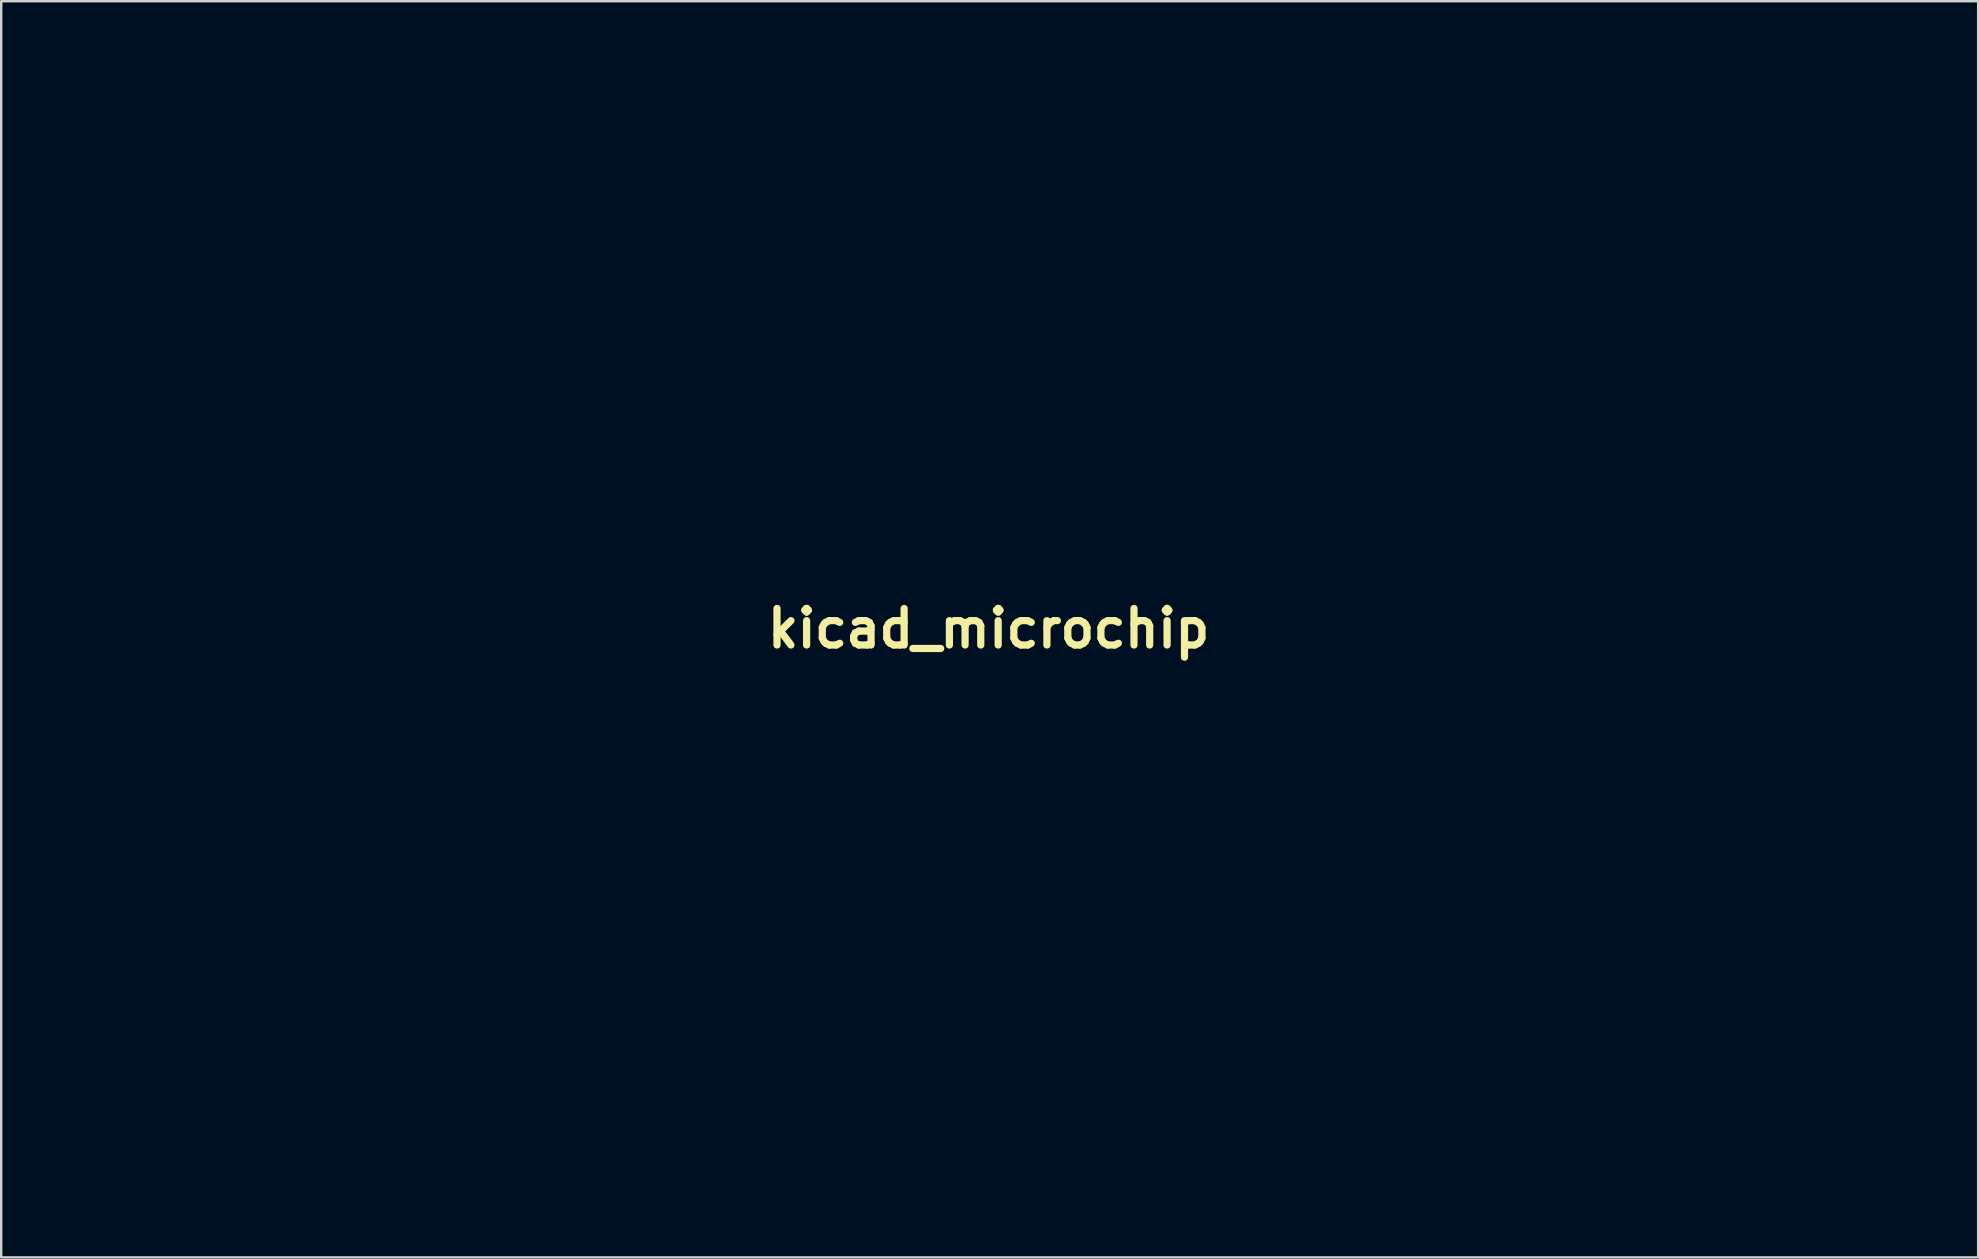
<source format=kicad_pcb>
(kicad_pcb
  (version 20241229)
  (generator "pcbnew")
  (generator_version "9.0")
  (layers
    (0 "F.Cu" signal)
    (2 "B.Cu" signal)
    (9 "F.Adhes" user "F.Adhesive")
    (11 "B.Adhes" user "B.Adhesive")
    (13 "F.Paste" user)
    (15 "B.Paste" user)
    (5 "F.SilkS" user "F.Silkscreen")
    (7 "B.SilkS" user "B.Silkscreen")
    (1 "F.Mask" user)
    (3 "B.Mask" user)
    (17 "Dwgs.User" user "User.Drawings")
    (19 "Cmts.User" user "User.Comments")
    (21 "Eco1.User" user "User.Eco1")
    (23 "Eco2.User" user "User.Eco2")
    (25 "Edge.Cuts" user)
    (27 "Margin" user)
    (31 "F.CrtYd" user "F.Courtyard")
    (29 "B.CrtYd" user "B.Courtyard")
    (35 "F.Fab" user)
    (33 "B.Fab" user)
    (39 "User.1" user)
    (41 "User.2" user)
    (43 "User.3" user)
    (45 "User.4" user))
  (footprint "kicad_microchip"
    (layer "F.Cu")
    (at 38.149 23.141)
    (property "Reference" "kicad_microchip" (at 0 0 0) (layer "F.SilkS") (effects (font (size 1.524 1.524) (thickness 0.3))))
    (attr through_hole)
    (fp_poly (pts (xy -21.657 22.994) (xy -23.528 22.994) (xy -23.528 16.844) (xy -21.657 16.844) (xy -21.657 22.994)) (stroke (width 0.01) (type solid)) (fill no) (layer "Eco2.User"))
    (fp_poly (pts (xy 28.608 22.994) (xy 26.469 22.994) (xy 26.469 16.844) (xy 28.608 16.844) (xy 28.608 22.994)) (stroke (width 0.01) (type solid)) (fill no) (layer "Eco2.User"))
    (fp_poly (pts (xy 19.251 18.983) (xy 23.261 18.983) (xy 23.261 16.844) (xy 25.4 16.844) (xy 25.4 22.994) (xy 23.261 22.994) (xy 23.261 20.855) (xy 19.251 20.855) (xy 19.251 22.994) (xy 17.112 22.994) (xy 17.112 16.844) (xy 19.251 16.844) (xy 19.251 18.983)) (stroke (width 0.01) (type solid)) (fill no) (layer "Eco2.User"))
    (fp_poly (pts (xy 12.599 16.903) (xy 15.908 16.978) (xy 16.078 18.448) (xy 13.285 18.448) (xy 11.863 18.47) (xy 10.894 18.565) (xy 10.3 18.774) (xy 10.001 19.141) (xy 9.917 19.707) (xy 9.942 20.234) (xy 10.026 21.256) (xy 13.034 21.331) (xy 14.336 21.369) (xy 15.195 21.417) (xy 15.703 21.496) (xy 15.952 21.627) (xy 16.035 21.832) (xy 16.042 22.013) (xy 15.908 22.639) (xy 15.721 22.94) (xy 15.246 23.117) (xy 14.304 23.205) (xy 12.956 23.203) (xy 11.263 23.109) (xy 10.217 23.02) (xy 9.123 22.851) (xy 8.442 22.604) (xy 8.283 22.459) (xy 8.164 22.015) (xy 8.074 21.194) (xy 8.028 20.152) (xy 8.025 19.858) (xy 8.043 18.748) (xy 8.152 17.948) (xy 8.426 17.409) (xy 8.938 17.082) (xy 9.765 16.922) (xy 10.979 16.878) (xy 12.599 16.903)) (stroke (width 0.01) (type solid)) (fill no) (layer "Eco2.User"))
    (fp_poly (pts (xy 35.031 16.851) (xy 36.07 16.881) (xy 36.768 16.945) (xy 37.223 17.057) (xy 37.531 17.229) (xy 37.699 17.379) (xy 38.086 18.087) (xy 38.234 19.051) (xy 38.134 20.047) (xy 37.817 20.795) (xy 37.59 21.063) (xy 37.285 21.235) (xy 36.791 21.334) (xy 35.998 21.378) (xy 34.795 21.389) (xy 34.609 21.389) (xy 31.817 21.389) (xy 31.817 22.192) (xy 31.765 22.73) (xy 31.5 22.952) (xy 30.881 22.994) (xy 29.945 22.994) (xy 29.945 18.448) (xy 31.817 18.448) (xy 31.817 20.053) (xy 33.938 20.053) (xy 35.012 20.038) (xy 35.669 19.977) (xy 36.025 19.842) (xy 36.197 19.606) (xy 36.228 19.52) (xy 36.308 19.027) (xy 36.123 18.708) (xy 35.598 18.53) (xy 34.656 18.457) (xy 33.94 18.448) (xy 31.817 18.448) (xy 29.945 18.448) (xy 29.945 16.844) (xy 33.555 16.844) (xy 35.031 16.851)) (stroke (width 0.01) (type solid)) (fill no) (layer "Eco2.User"))
    (fp_poly (pts (xy -15.834 16.903) (xy -12.433 16.978) (xy -12.348 17.713) (xy -12.263 18.448) (xy -15.035 18.448) (xy -16.45 18.471) (xy -17.415 18.56) (xy -18.013 18.749) (xy -18.327 19.072) (xy -18.441 19.563) (xy -18.448 19.817) (xy -18.428 20.466) (xy -18.31 20.907) (xy -18.006 21.179) (xy -17.43 21.323) (xy -16.495 21.379) (xy -15.115 21.389) (xy -15.078 21.389) (xy -13.701 21.4) (xy -12.784 21.45) (xy -12.253 21.572) (xy -12.033 21.795) (xy -12.051 22.15) (xy -12.194 22.571) (xy -12.337 22.746) (xy -12.663 22.866) (xy -13.257 22.941) (xy -14.203 22.981) (xy -15.583 22.993) (xy -15.896 22.994) (xy -17.365 22.985) (xy -18.395 22.952) (xy -19.08 22.883) (xy -19.514 22.767) (xy -19.792 22.591) (xy -19.878 22.505) (xy -20.128 22.058) (xy -20.269 21.332) (xy -20.319 20.212) (xy -20.32 19.965) (xy -20.297 18.808) (xy -20.179 17.977) (xy -19.89 17.42) (xy -19.356 17.086) (xy -18.501 16.924) (xy -17.251 16.882) (xy -15.834 16.903)) (stroke (width 0.01) (type solid)) (fill no) (layer "Eco2.User"))
    (fp_poly (pts (xy 4.264 16.645) (xy 5.515 16.856) (xy 6.337 17.225) (xy 6.774 17.762) (xy 6.785 17.792) (xy 6.87 18.269) (xy 6.93 19.099) (xy 6.952 20.074) (xy 6.926 21.14) (xy 6.801 21.908) (xy 6.501 22.429) (xy 5.952 22.75) (xy 5.079 22.919) (xy 3.806 22.984) (xy 2.421 22.994) (xy 0.998 22.988) (xy 0.012 22.963) (xy -0.632 22.902) (xy -1.032 22.791) (xy -1.283 22.615) (xy -1.455 22.399) (xy -1.666 21.824) (xy -1.812 20.904) (xy -1.872 20.001) (xy 0.279 20.001) (xy 0.306 20.719) (xy 0.429 21.188) (xy 0.456 21.221) (xy 0.797 21.303) (xy 1.525 21.344) (xy 2.493 21.339) (xy 2.662 21.333) (xy 4.679 21.256) (xy 4.679 18.582) (xy 2.697 18.503) (xy 1.521 18.493) (xy 0.806 18.584) (xy 0.496 18.77) (xy 0.343 19.271) (xy 0.279 20.001) (xy -1.872 20.001) (xy -1.883 19.83) (xy -1.87 18.791) (xy -1.761 17.974) (xy -1.705 17.792) (xy -1.285 17.246) (xy -0.483 16.87) (xy 0.747 16.651) (xy 2.448 16.577) (xy 2.54 16.577) (xy 4.264 16.645)) (stroke (width 0.01) (type solid)) (fill no) (layer "Eco2.User"))
    (fp_poly (pts (xy -5.847 16.856) (xy -4.769 16.896) (xy -4.051 16.975) (xy -3.604 17.101) (xy -3.361 17.264) (xy -3.084 17.822) (xy -2.955 18.642) (xy -2.981 19.493) (xy -3.169 20.143) (xy -3.262 20.267) (xy -3.445 20.63) (xy -3.262 20.908) (xy -3.038 21.385) (xy -2.941 22.092) (xy -2.941 22.111) (xy -2.986 22.703) (xy -3.231 22.946) (xy -3.838 22.994) (xy -3.877 22.994) (xy -4.533 22.927) (xy -4.792 22.683) (xy -4.813 22.512) (xy -4.942 21.959) (xy -5.381 21.61) (xy -6.205 21.432) (xy -7.272 21.389) (xy -9.091 21.389) (xy -9.091 22.192) (xy -9.143 22.73) (xy -9.407 22.952) (xy -10.026 22.994) (xy -10.962 22.994) (xy -10.962 19.117) (xy -9.091 19.117) (xy -9.068 19.448) (xy -8.927 19.647) (xy -8.558 19.746) (xy -7.853 19.781) (xy -6.952 19.785) (xy -5.891 19.778) (xy -5.256 19.734) (xy -4.937 19.619) (xy -4.826 19.399) (xy -4.813 19.117) (xy -4.835 18.785) (xy -4.977 18.587) (xy -5.345 18.487) (xy -6.05 18.452) (xy -6.952 18.448) (xy -8.012 18.456) (xy -8.648 18.5) (xy -8.966 18.615) (xy -9.078 18.835) (xy -9.091 19.117) (xy -10.962 19.117) (xy -10.962 16.844) (xy -7.372 16.844) (xy -5.847 16.856)) (stroke (width 0.01) (type solid)) (fill no) (layer "Eco2.User"))
    (fp_poly (pts (xy -26.907 14.88) (xy -26.503 15.173) (xy -26.243 15.484) (xy -26.019 15.998) (xy -25.806 16.803) (xy -25.578 17.99) (xy -25.404 19.046) (xy -25.201 20.347) (xy -25.033 21.464) (xy -24.916 22.285) (xy -24.866 22.702) (xy -24.865 22.722) (xy -25.104 22.886) (xy -25.706 22.983) (xy -26.037 22.994) (xy -27.209 22.994) (xy -27.394 21.189) (xy -27.541 19.83) (xy -27.676 18.978) (xy -27.846 18.607) (xy -28.094 18.692) (xy -28.464 19.207) (xy -29.001 20.126) (xy -29.061 20.232) (xy -29.708 21.341) (xy -30.19 22.061) (xy -30.589 22.476) (xy -30.991 22.668) (xy -31.479 22.721) (xy -31.575 22.722) (xy -32.035 22.664) (xy -32.45 22.433) (xy -32.893 21.951) (xy -33.433 21.143) (xy -34.122 19.967) (xy -35.159 18.144) (xy -35.345 19.032) (xy -35.481 19.811) (xy -35.625 20.836) (xy -35.698 21.456) (xy -35.866 22.994) (xy -37.055 22.994) (xy -37.783 22.969) (xy -38.104 22.847) (xy -38.144 22.555) (xy -38.113 22.392) (xy -38.022 21.888) (xy -37.877 20.992) (xy -37.701 19.841) (xy -37.554 18.849) (xy -37.333 17.352) (xy -37.159 16.3) (xy -37.004 15.609) (xy -36.842 15.194) (xy -36.643 14.971) (xy -36.381 14.856) (xy -36.23 14.815) (xy -35.58 14.742) (xy -35.003 14.92) (xy -34.421 15.412) (xy -33.757 16.28) (xy -33.123 17.27) (xy -32.516 18.242) (xy -32.004 19.031) (xy -31.655 19.531) (xy -31.549 19.652) (xy -31.345 19.488) (xy -30.954 18.952) (xy -30.445 18.144) (xy -30.188 17.704) (xy -29.341 16.301) (xy -28.645 15.355) (xy -28.043 14.827) (xy -27.482 14.682) (xy -26.907 14.88)) (stroke (width 0.01) (type solid)) (fill no) (layer "Eco2.User"))
    (fp_poly (pts (xy 2.337 -22.932) (xy 4.722 -22.434) (xy 5.365 -22.233) (xy 6.78 -21.752) (xy 12.081 -13.483) (xy 17.383 -5.214) (xy 17.248 -3.835) (xy 17.123 -2.902) (xy 16.961 -2.1) (xy 16.879 -1.83) (xy 16.831 -1.666) (xy 16.793 -1.529) (xy 16.738 -1.455) (xy 16.641 -1.48) (xy 16.477 -1.64) (xy 16.219 -1.971) (xy 15.843 -2.511) (xy 15.322 -3.294) (xy 14.63 -4.358) (xy 13.743 -5.739) (xy 12.635 -7.473) (xy 11.279 -9.596) (xy 10.241 -11.222) (xy 9.081 -13.014) (xy 8.149 -14.39) (xy 7.403 -15.398) (xy 6.799 -16.083) (xy 6.295 -16.492) (xy 5.85 -16.672) (xy 5.42 -16.669) (xy 5.295 -16.641) (xy 4.934 -16.378) (xy 4.346 -15.768) (xy 3.614 -14.9) (xy 2.817 -13.864) (xy 2.797 -13.837) (xy 0.841 -11.174) (xy 2.068 -9.264) (xy 2.534 -8.536) (xy 3.238 -7.437) (xy 4.13 -6.045) (xy 5.158 -4.438) (xy 6.273 -2.695) (xy 7.425 -0.895) (xy 7.564 -0.677) (xy 11.834 5.998) (xy 10.851 6.848) (xy 9.796 7.605) (xy 8.395 8.396) (xy 6.822 9.135) (xy 5.253 9.738) (xy 4.368 10.003) (xy 2.808 10.303) (xy 0.968 10.497) (xy -0.931 10.573) (xy -2.669 10.521) (xy -3.541 10.422) (xy -6.267 9.763) (xy -8.946 8.688) (xy -11.408 7.272) (xy -12.722 6.281) (xy -13.325 5.75) (xy -13.568 5.412) (xy -13.511 5.133) (xy -13.333 4.907) (xy -12.746 4.187) (xy -12.029 3.23) (xy -11.246 2.13) (xy -10.459 0.982) (xy -9.734 -0.12) (xy -9.132 -1.081) (xy -8.719 -1.805) (xy -8.556 -2.2) (xy -8.556 -2.209) (xy -8.694 -2.61) (xy -9.067 -3.355) (xy -9.616 -4.339) (xy -10.279 -5.46) (xy -10.994 -6.615) (xy -11.703 -7.703) (xy -12.343 -8.619) (xy -12.371 -8.656) (xy -12.529 -8.811) (xy -12.721 -8.816) (xy -12.999 -8.62) (xy -13.412 -8.17) (xy -14.01 -7.416) (xy -14.845 -6.306) (xy -15.381 -5.581) (xy -18.021 -2.005) (xy -18.238 -2.941) (xy -18.397 -4.078) (xy -18.46 -5.546) (xy -18.432 -7.149) (xy -18.317 -8.694) (xy -18.121 -9.985) (xy -18.05 -10.284) (xy -17.72 -11.255) (xy -11.259 -11.255) (xy -6.548 -3.823) (xy -5.08 -1.52) (xy -3.861 0.361) (xy -2.865 1.855) (xy -2.065 3) (xy -1.434 3.832) (xy -0.947 4.387) (xy -0.576 4.701) (xy -0.296 4.811) (xy -0.267 4.813) (xy 0.077 4.649) (xy 0.592 4.25) (xy 0.635 4.211) (xy 1.07 3.736) (xy 1.701 2.943) (xy 2.429 1.961) (xy 2.888 1.31) (xy 4.475 -0.99) (xy -0.035 -8.182) (xy -1.163 -9.972) (xy -2.224 -11.637) (xy -3.178 -13.118) (xy -3.986 -14.354) (xy -4.609 -15.286) (xy -5.008 -15.851) (xy -5.108 -15.975) (xy -5.805 -16.441) (xy -6.417 -16.577) (xy -6.886 -16.491) (xy -7.387 -16.197) (xy -7.979 -15.637) (xy -8.717 -14.753) (xy -9.662 -13.489) (xy -10.004 -13.012) (xy -11.259 -11.255) (xy -17.72 -11.255) (xy -17.284 -12.538) (xy -16.226 -14.543) (xy -14.788 -16.448) (xy -13.772 -17.539) (xy -11.464 -19.572) (xy -9.015 -21.119) (xy -6.348 -22.218) (xy -3.385 -22.907) (xy -2.587 -23.02) (xy -0.184 -23.136) (xy 2.337 -22.932)) (stroke (width 0.01) (type solid)) (fill no) (layer "Eco2.User")))
  (gr_rect
    (start -3 -3)
    (end 79.388 49.351)
    (stroke (width 0.1) (type default))
    (fill no)
    (layer "Edge.Cuts")))
</source>
